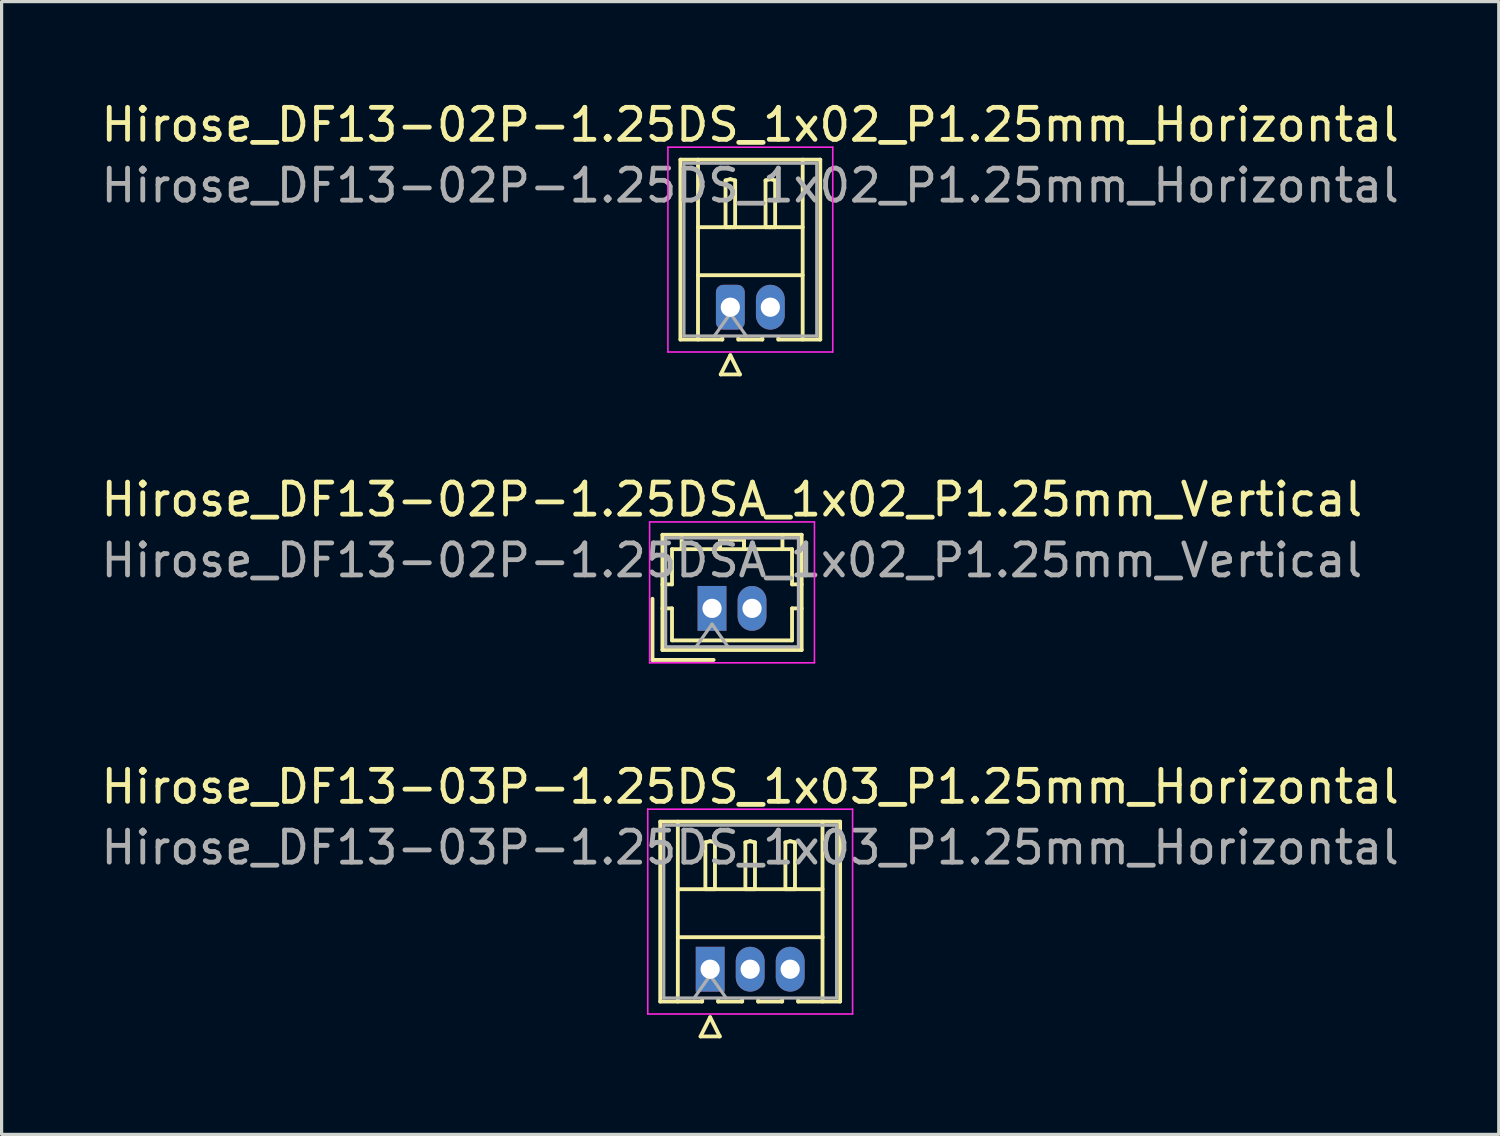
<source format=kicad_pcb>
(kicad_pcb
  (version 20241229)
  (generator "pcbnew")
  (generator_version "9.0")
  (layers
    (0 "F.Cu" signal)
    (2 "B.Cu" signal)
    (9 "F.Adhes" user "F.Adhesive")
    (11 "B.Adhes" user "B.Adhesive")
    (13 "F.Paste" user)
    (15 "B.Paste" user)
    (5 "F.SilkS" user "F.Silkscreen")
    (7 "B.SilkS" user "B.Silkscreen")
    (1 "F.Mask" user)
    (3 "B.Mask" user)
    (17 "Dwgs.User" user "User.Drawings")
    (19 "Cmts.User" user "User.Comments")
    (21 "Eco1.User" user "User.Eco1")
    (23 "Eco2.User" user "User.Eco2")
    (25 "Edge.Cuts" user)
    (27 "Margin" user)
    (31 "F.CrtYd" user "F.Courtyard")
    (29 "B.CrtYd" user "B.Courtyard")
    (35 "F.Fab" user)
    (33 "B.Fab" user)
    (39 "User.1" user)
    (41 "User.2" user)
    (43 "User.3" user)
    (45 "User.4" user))
  (footprint "Hirose_DF13-02P-1.25DS_1x02_P1.25mm_Horizontal"
    (layer "F.Cu")
    (at 19.767 6.548)
    (property "Reference" "Hirose_DF13-02P-1.25DS_1x02_P1.25mm_Horizontal" (at 0.62 -5.7 0) (layer "F.SilkS") (effects (font (size 1 1) (thickness 0.15))))
    (attr through_hole)
    (fp_line (start -1.56 -4.61) (end 2.81 -4.61) (stroke (width 0.12) (type solid)) (layer "F.SilkS"))
    (fp_line (start -1.56 1.01) (end -1.56 -4.61) (stroke (width 0.12) (type solid)) (layer "F.SilkS"))
    (fp_line (start -1.01 -4.61) (end -1.01 1.01) (stroke (width 0.12) (type solid)) (layer "F.SilkS"))
    (fp_line (start -1.01 -2.5) (end 2.26 -2.5) (stroke (width 0.12) (type solid)) (layer "F.SilkS"))
    (fp_line (start -1.01 -1) (end 2.26 -1) (stroke (width 0.12) (type solid)) (layer "F.SilkS"))
    (fp_line (start -0.3 2.1) (end 0.3 2.1) (stroke (width 0.12) (type solid)) (layer "F.SilkS"))
    (fp_line (start -0.25 0.96) (end -0.25 1.01) (stroke (width 0.12) (type solid)) (layer "F.SilkS"))
    (fp_line (start -0.25 1.01) (end -1.56 1.01) (stroke (width 0.12) (type solid)) (layer "F.SilkS"))
    (fp_line (start -0.15 -3.962) (end 0 -4) (stroke (width 0.12) (type solid)) (layer "F.SilkS"))
    (fp_line (start -0.15 -2.5) (end -0.15 -3.962) (stroke (width 0.12) (type solid)) (layer "F.SilkS"))
    (fp_line (start 0 -4) (end 0.15 -3.962) (stroke (width 0.12) (type solid)) (layer "F.SilkS"))
    (fp_line (start 0 -2.5) (end -0.15 -2.5) (stroke (width 0.12) (type solid)) (layer "F.SilkS"))
    (fp_line (start 0 1.5) (end -0.3 2.1) (stroke (width 0.12) (type solid)) (layer "F.SilkS"))
    (fp_line (start 0.15 -3.962) (end 0.15 -2.5) (stroke (width 0.12) (type solid)) (layer "F.SilkS"))
    (fp_line (start 0.15 -2.5) (end 0 -2.5) (stroke (width 0.12) (type solid)) (layer "F.SilkS"))
    (fp_line (start 0.25 0.96) (end 0.25 1.01) (stroke (width 0.12) (type solid)) (layer "F.SilkS"))
    (fp_line (start 0.25 1.01) (end 1 1.01) (stroke (width 0.12) (type solid)) (layer "F.SilkS"))
    (fp_line (start 0.3 2.1) (end 0 1.5) (stroke (width 0.12) (type solid)) (layer "F.SilkS"))
    (fp_line (start 1 1.01) (end 1 0.96) (stroke (width 0.12) (type solid)) (layer "F.SilkS"))
    (fp_line (start 1.1 -3.962) (end 1.25 -4) (stroke (width 0.12) (type solid)) (layer "F.SilkS"))
    (fp_line (start 1.1 -2.5) (end 1.1 -3.962) (stroke (width 0.12) (type solid)) (layer "F.SilkS"))
    (fp_line (start 1.25 -4) (end 1.4 -3.962) (stroke (width 0.12) (type solid)) (layer "F.SilkS"))
    (fp_line (start 1.25 -2.5) (end 1.1 -2.5) (stroke (width 0.12) (type solid)) (layer "F.SilkS"))
    (fp_line (start 1.4 -3.962) (end 1.4 -2.5) (stroke (width 0.12) (type solid)) (layer "F.SilkS"))
    (fp_line (start 1.4 -2.5) (end 1.25 -2.5) (stroke (width 0.12) (type solid)) (layer "F.SilkS"))
    (fp_line (start 1.5 1.01) (end 1.5 0.96) (stroke (width 0.12) (type solid)) (layer "F.SilkS"))
    (fp_line (start 2.26 -4.61) (end 2.26 1.01) (stroke (width 0.12) (type solid)) (layer "F.SilkS"))
    (fp_line (start 2.81 -4.61) (end 2.81 1.01) (stroke (width 0.12) (type solid)) (layer "F.SilkS"))
    (fp_line (start 2.81 1.01) (end 1.5 1.01) (stroke (width 0.12) (type solid)) (layer "F.SilkS"))
    (fp_line (start -1.95 -5) (end -1.95 1.4) (stroke (width 0.05) (type solid)) (layer "F.CrtYd"))
    (fp_line (start -1.95 1.4) (end 3.2 1.4) (stroke (width 0.05) (type solid)) (layer "F.CrtYd"))
    (fp_line (start 3.2 -5) (end -1.95 -5) (stroke (width 0.05) (type solid)) (layer "F.CrtYd"))
    (fp_line (start 3.2 1.4) (end 3.2 -5) (stroke (width 0.05) (type solid)) (layer "F.CrtYd"))
    (fp_line (start -1.45 -4.5) (end -1.45 0.9) (stroke (width 0.1) (type solid)) (layer "F.Fab"))
    (fp_line (start -1.45 0.9) (end 2.7 0.9) (stroke (width 0.1) (type solid)) (layer "F.Fab"))
    (fp_line (start -0.5 0.9) (end 0 0.193) (stroke (width 0.1) (type solid)) (layer "F.Fab"))
    (fp_line (start 0 0.193) (end 0.5 0.9) (stroke (width 0.1) (type solid)) (layer "F.Fab"))
    (fp_line (start 2.7 -4.5) (end -1.45 -4.5) (stroke (width 0.1) (type solid)) (layer "F.Fab"))
    (fp_line (start 2.7 0.9) (end 2.7 -4.5) (stroke (width 0.1) (type solid)) (layer "F.Fab"))
    (fp_text user "${REFERENCE}" (at 0.62 -3.8 0) (layer "F.Fab") (effects (font (size 1 1) (thickness 0.15))))
    (pad "1" thru_hole roundrect (at 0 0) (size 0.9 1.4) (drill 0.6) (layers "*.Cu" "*.Mask") (roundrect_rratio 0.25))
    (pad "2" thru_hole oval (at 1.25 0) (size 0.9 1.4) (drill 0.6) (layers "*.Cu" "*.Mask")))
  (footprint "Hirose_DF13-02P-1.25DSA_1x02_P1.25mm_Vertical"
    (layer "F.Cu")
    (at 19.195 15.957)
    (property "Reference" "Hirose_DF13-02P-1.25DSA_1x02_P1.25mm_Vertical" (at 0.62 -3.4 0) (layer "F.SilkS") (effects (font (size 1 1) (thickness 0.15))))
    (attr through_hole)
    (fp_line (start -1.86 -0.3) (end -1.86 1.61) (stroke (width 0.12) (type solid)) (layer "F.SilkS"))
    (fp_line (start -1.86 1.61) (end 0.05 1.61) (stroke (width 0.12) (type solid)) (layer "F.SilkS"))
    (fp_line (start -1.55 -2.3) (end -1.55 1.3) (stroke (width 0.12) (type solid)) (layer "F.SilkS"))
    (fp_line (start -1.55 -0.75) (end -1.25 -0.75) (stroke (width 0.12) (type solid)) (layer "F.SilkS"))
    (fp_line (start -1.55 0) (end -1.25 0) (stroke (width 0.12) (type solid)) (layer "F.SilkS"))
    (fp_line (start -1.55 1.3) (end 2.8 1.3) (stroke (width 0.12) (type solid)) (layer "F.SilkS"))
    (fp_line (start -1.25 -1.85) (end -0.95 -1.85) (stroke (width 0.12) (type solid)) (layer "F.SilkS"))
    (fp_line (start -1.25 -0.75) (end -1.25 -1.85) (stroke (width 0.12) (type solid)) (layer "F.SilkS"))
    (fp_line (start -1.25 0) (end -1.25 1) (stroke (width 0.12) (type solid)) (layer "F.SilkS"))
    (fp_line (start -1.25 1) (end 2.5 1) (stroke (width 0.12) (type solid)) (layer "F.SilkS"))
    (fp_line (start -0.95 -1.85) (end -0.95 -2.3) (stroke (width 0.12) (type solid)) (layer "F.SilkS"))
    (fp_line (start -0.95 -1.85) (end 0.25 -1.85) (stroke (width 0.12) (type solid)) (layer "F.SilkS"))
    (fp_line (start 0.25 -2.15) (end 1 -2.15) (stroke (width 0.12) (type solid)) (layer "F.SilkS"))
    (fp_line (start 0.25 -2.15) (end 1 -2.15) (stroke (width 0.12) (type solid)) (layer "F.SilkS"))
    (fp_line (start 0.25 -1.85) (end 0.25 -2.15) (stroke (width 0.12) (type solid)) (layer "F.SilkS"))
    (fp_line (start 0.25 -1.85) (end 0.25 -2.15) (stroke (width 0.12) (type solid)) (layer "F.SilkS"))
    (fp_line (start 1 -2.15) (end 1 -1.85) (stroke (width 0.12) (type solid)) (layer "F.SilkS"))
    (fp_line (start 1 -2.15) (end 1 -1.85) (stroke (width 0.12) (type solid)) (layer "F.SilkS"))
    (fp_line (start 1 -1.85) (end 0.25 -1.85) (stroke (width 0.12) (type solid)) (layer "F.SilkS"))
    (fp_line (start 1 -1.85) (end 2.2 -1.85) (stroke (width 0.12) (type solid)) (layer "F.SilkS"))
    (fp_line (start 2.2 -1.85) (end 2.2 -2.3) (stroke (width 0.12) (type solid)) (layer "F.SilkS"))
    (fp_line (start 2.5 -1.85) (end 2.2 -1.85) (stroke (width 0.12) (type solid)) (layer "F.SilkS"))
    (fp_line (start 2.5 -0.75) (end 2.5 -1.85) (stroke (width 0.12) (type solid)) (layer "F.SilkS"))
    (fp_line (start 2.5 0) (end 2.8 0) (stroke (width 0.12) (type solid)) (layer "F.SilkS"))
    (fp_line (start 2.5 1) (end 2.5 0) (stroke (width 0.12) (type solid)) (layer "F.SilkS"))
    (fp_line (start 2.8 -2.3) (end -1.55 -2.3) (stroke (width 0.12) (type solid)) (layer "F.SilkS"))
    (fp_line (start 2.8 -0.75) (end 2.5 -0.75) (stroke (width 0.12) (type solid)) (layer "F.SilkS"))
    (fp_line (start 2.8 1.3) (end 2.8 -2.3) (stroke (width 0.12) (type solid)) (layer "F.SilkS"))
    (fp_line (start -1.95 -2.7) (end -1.95 1.7) (stroke (width 0.05) (type solid)) (layer "F.CrtYd"))
    (fp_line (start -1.95 1.7) (end 3.2 1.7) (stroke (width 0.05) (type solid)) (layer "F.CrtYd"))
    (fp_line (start 3.2 -2.7) (end -1.95 -2.7) (stroke (width 0.05) (type solid)) (layer "F.CrtYd"))
    (fp_line (start 3.2 1.7) (end 3.2 -2.7) (stroke (width 0.05) (type solid)) (layer "F.CrtYd"))
    (fp_line (start -1.45 -2.2) (end -1.45 1.2) (stroke (width 0.1) (type solid)) (layer "F.Fab"))
    (fp_line (start -1.45 1.2) (end 2.7 1.2) (stroke (width 0.1) (type solid)) (layer "F.Fab"))
    (fp_line (start -0.5 1.2) (end 0 0.493) (stroke (width 0.1) (type solid)) (layer "F.Fab"))
    (fp_line (start 0 0.493) (end 0.5 1.2) (stroke (width 0.1) (type solid)) (layer "F.Fab"))
    (fp_line (start 2.7 -2.2) (end -1.45 -2.2) (stroke (width 0.1) (type solid)) (layer "F.Fab"))
    (fp_line (start 2.7 1.2) (end 2.7 -2.2) (stroke (width 0.1) (type solid)) (layer "F.Fab"))
    (fp_text user "${REFERENCE}" (at 0.62 -1.5 0) (layer "F.Fab") (effects (font (size 1 1) (thickness 0.15))))
    (pad "1" thru_hole rect (at 0 0) (size 0.9 1.4) (drill 0.6) (layers "*.Cu" "*.Mask"))
    (pad "2" thru_hole oval (at 1.25 0) (size 0.9 1.4) (drill 0.6) (layers "*.Cu" "*.Mask")))
  (footprint "Hirose_DF13-03P-1.25DS_1x03_P1.25mm_Horizontal"
    (layer "F.Cu")
    (at 19.137 27.23)
    (property "Reference" "Hirose_DF13-03P-1.25DS_1x03_P1.25mm_Horizontal" (at 1.25 -5.7 0) (layer "F.SilkS") (effects (font (size 1 1) (thickness 0.15))))
    (attr through_hole)
    (fp_line (start -1.56 -4.61) (end 4.06 -4.61) (stroke (width 0.12) (type solid)) (layer "F.SilkS"))
    (fp_line (start -1.56 1.01) (end -1.56 -4.61) (stroke (width 0.12) (type solid)) (layer "F.SilkS"))
    (fp_line (start -1.01 -4.61) (end -1.01 1.01) (stroke (width 0.12) (type solid)) (layer "F.SilkS"))
    (fp_line (start -1.01 -2.5) (end 3.51 -2.5) (stroke (width 0.12) (type solid)) (layer "F.SilkS"))
    (fp_line (start -1.01 -1) (end 3.51 -1) (stroke (width 0.12) (type solid)) (layer "F.SilkS"))
    (fp_line (start -0.3 2.1) (end 0.3 2.1) (stroke (width 0.12) (type solid)) (layer "F.SilkS"))
    (fp_line (start -0.25 0.96) (end -0.25 1.01) (stroke (width 0.12) (type solid)) (layer "F.SilkS"))
    (fp_line (start -0.25 1.01) (end -1.56 1.01) (stroke (width 0.12) (type solid)) (layer "F.SilkS"))
    (fp_line (start -0.15 -3.962) (end 0 -4) (stroke (width 0.12) (type solid)) (layer "F.SilkS"))
    (fp_line (start -0.15 -2.5) (end -0.15 -3.962) (stroke (width 0.12) (type solid)) (layer "F.SilkS"))
    (fp_line (start 0 -4) (end 0.15 -3.962) (stroke (width 0.12) (type solid)) (layer "F.SilkS"))
    (fp_line (start 0 -2.5) (end -0.15 -2.5) (stroke (width 0.12) (type solid)) (layer "F.SilkS"))
    (fp_line (start 0 1.5) (end -0.3 2.1) (stroke (width 0.12) (type solid)) (layer "F.SilkS"))
    (fp_line (start 0.15 -3.962) (end 0.15 -2.5) (stroke (width 0.12) (type solid)) (layer "F.SilkS"))
    (fp_line (start 0.15 -2.5) (end 0 -2.5) (stroke (width 0.12) (type solid)) (layer "F.SilkS"))
    (fp_line (start 0.25 0.96) (end 0.25 1.01) (stroke (width 0.12) (type solid)) (layer "F.SilkS"))
    (fp_line (start 0.25 1.01) (end 1 1.01) (stroke (width 0.12) (type solid)) (layer "F.SilkS"))
    (fp_line (start 0.3 2.1) (end 0 1.5) (stroke (width 0.12) (type solid)) (layer "F.SilkS"))
    (fp_line (start 1 1.01) (end 1 0.96) (stroke (width 0.12) (type solid)) (layer "F.SilkS"))
    (fp_line (start 1.1 -3.962) (end 1.25 -4) (stroke (width 0.12) (type solid)) (layer "F.SilkS"))
    (fp_line (start 1.1 -2.5) (end 1.1 -3.962) (stroke (width 0.12) (type solid)) (layer "F.SilkS"))
    (fp_line (start 1.25 -4) (end 1.4 -3.962) (stroke (width 0.12) (type solid)) (layer "F.SilkS"))
    (fp_line (start 1.25 -2.5) (end 1.1 -2.5) (stroke (width 0.12) (type solid)) (layer "F.SilkS"))
    (fp_line (start 1.4 -3.962) (end 1.4 -2.5) (stroke (width 0.12) (type solid)) (layer "F.SilkS"))
    (fp_line (start 1.4 -2.5) (end 1.25 -2.5) (stroke (width 0.12) (type solid)) (layer "F.SilkS"))
    (fp_line (start 1.5 0.96) (end 1.5 1.01) (stroke (width 0.12) (type solid)) (layer "F.SilkS"))
    (fp_line (start 1.5 1.01) (end 2.25 1.01) (stroke (width 0.12) (type solid)) (layer "F.SilkS"))
    (fp_line (start 2.25 1.01) (end 2.25 0.96) (stroke (width 0.12) (type solid)) (layer "F.SilkS"))
    (fp_line (start 2.35 -3.962) (end 2.5 -4) (stroke (width 0.12) (type solid)) (layer "F.SilkS"))
    (fp_line (start 2.35 -2.5) (end 2.35 -3.962) (stroke (width 0.12) (type solid)) (layer "F.SilkS"))
    (fp_line (start 2.5 -4) (end 2.65 -3.962) (stroke (width 0.12) (type solid)) (layer "F.SilkS"))
    (fp_line (start 2.5 -2.5) (end 2.35 -2.5) (stroke (width 0.12) (type solid)) (layer "F.SilkS"))
    (fp_line (start 2.65 -3.962) (end 2.65 -2.5) (stroke (width 0.12) (type solid)) (layer "F.SilkS"))
    (fp_line (start 2.65 -2.5) (end 2.5 -2.5) (stroke (width 0.12) (type solid)) (layer "F.SilkS"))
    (fp_line (start 2.75 1.01) (end 2.75 0.96) (stroke (width 0.12) (type solid)) (layer "F.SilkS"))
    (fp_line (start 3.51 -4.61) (end 3.51 1.01) (stroke (width 0.12) (type solid)) (layer "F.SilkS"))
    (fp_line (start 4.06 -4.61) (end 4.06 1.01) (stroke (width 0.12) (type solid)) (layer "F.SilkS"))
    (fp_line (start 4.06 1.01) (end 2.75 1.01) (stroke (width 0.12) (type solid)) (layer "F.SilkS"))
    (fp_line (start -1.95 -5) (end -1.95 1.4) (stroke (width 0.05) (type solid)) (layer "F.CrtYd"))
    (fp_line (start -1.95 1.4) (end 4.45 1.4) (stroke (width 0.05) (type solid)) (layer "F.CrtYd"))
    (fp_line (start 4.45 -5) (end -1.95 -5) (stroke (width 0.05) (type solid)) (layer "F.CrtYd"))
    (fp_line (start 4.45 1.4) (end 4.45 -5) (stroke (width 0.05) (type solid)) (layer "F.CrtYd"))
    (fp_line (start -1.45 -4.5) (end -1.45 0.9) (stroke (width 0.1) (type solid)) (layer "F.Fab"))
    (fp_line (start -1.45 0.9) (end 3.95 0.9) (stroke (width 0.1) (type solid)) (layer "F.Fab"))
    (fp_line (start -0.5 0.9) (end 0 0.193) (stroke (width 0.1) (type solid)) (layer "F.Fab"))
    (fp_line (start 0 0.193) (end 0.5 0.9) (stroke (width 0.1) (type solid)) (layer "F.Fab"))
    (fp_line (start 3.95 -4.5) (end -1.45 -4.5) (stroke (width 0.1) (type solid)) (layer "F.Fab"))
    (fp_line (start 3.95 0.9) (end 3.95 -4.5) (stroke (width 0.1) (type solid)) (layer "F.Fab"))
    (fp_text user "${REFERENCE}" (at 1.25 -3.8 0) (layer "F.Fab") (effects (font (size 1 1) (thickness 0.15))))
    (pad "1" thru_hole rect (at 0 0) (size 0.9 1.4) (drill 0.6) (layers "*.Cu" "*.Mask"))
    (pad "2" thru_hole oval (at 1.25 0) (size 0.9 1.4) (drill 0.6) (layers "*.Cu" "*.Mask"))
    (pad "3" thru_hole oval (at 2.5 0) (size 0.9 1.4) (drill 0.6) (layers "*.Cu" "*.Mask")))
  (gr_rect
    (start -3 -3)
    (end 43.774 32.39)
    (stroke (width 0.1) (type default))
    (fill no)
    (layer "Edge.Cuts")))
</source>
